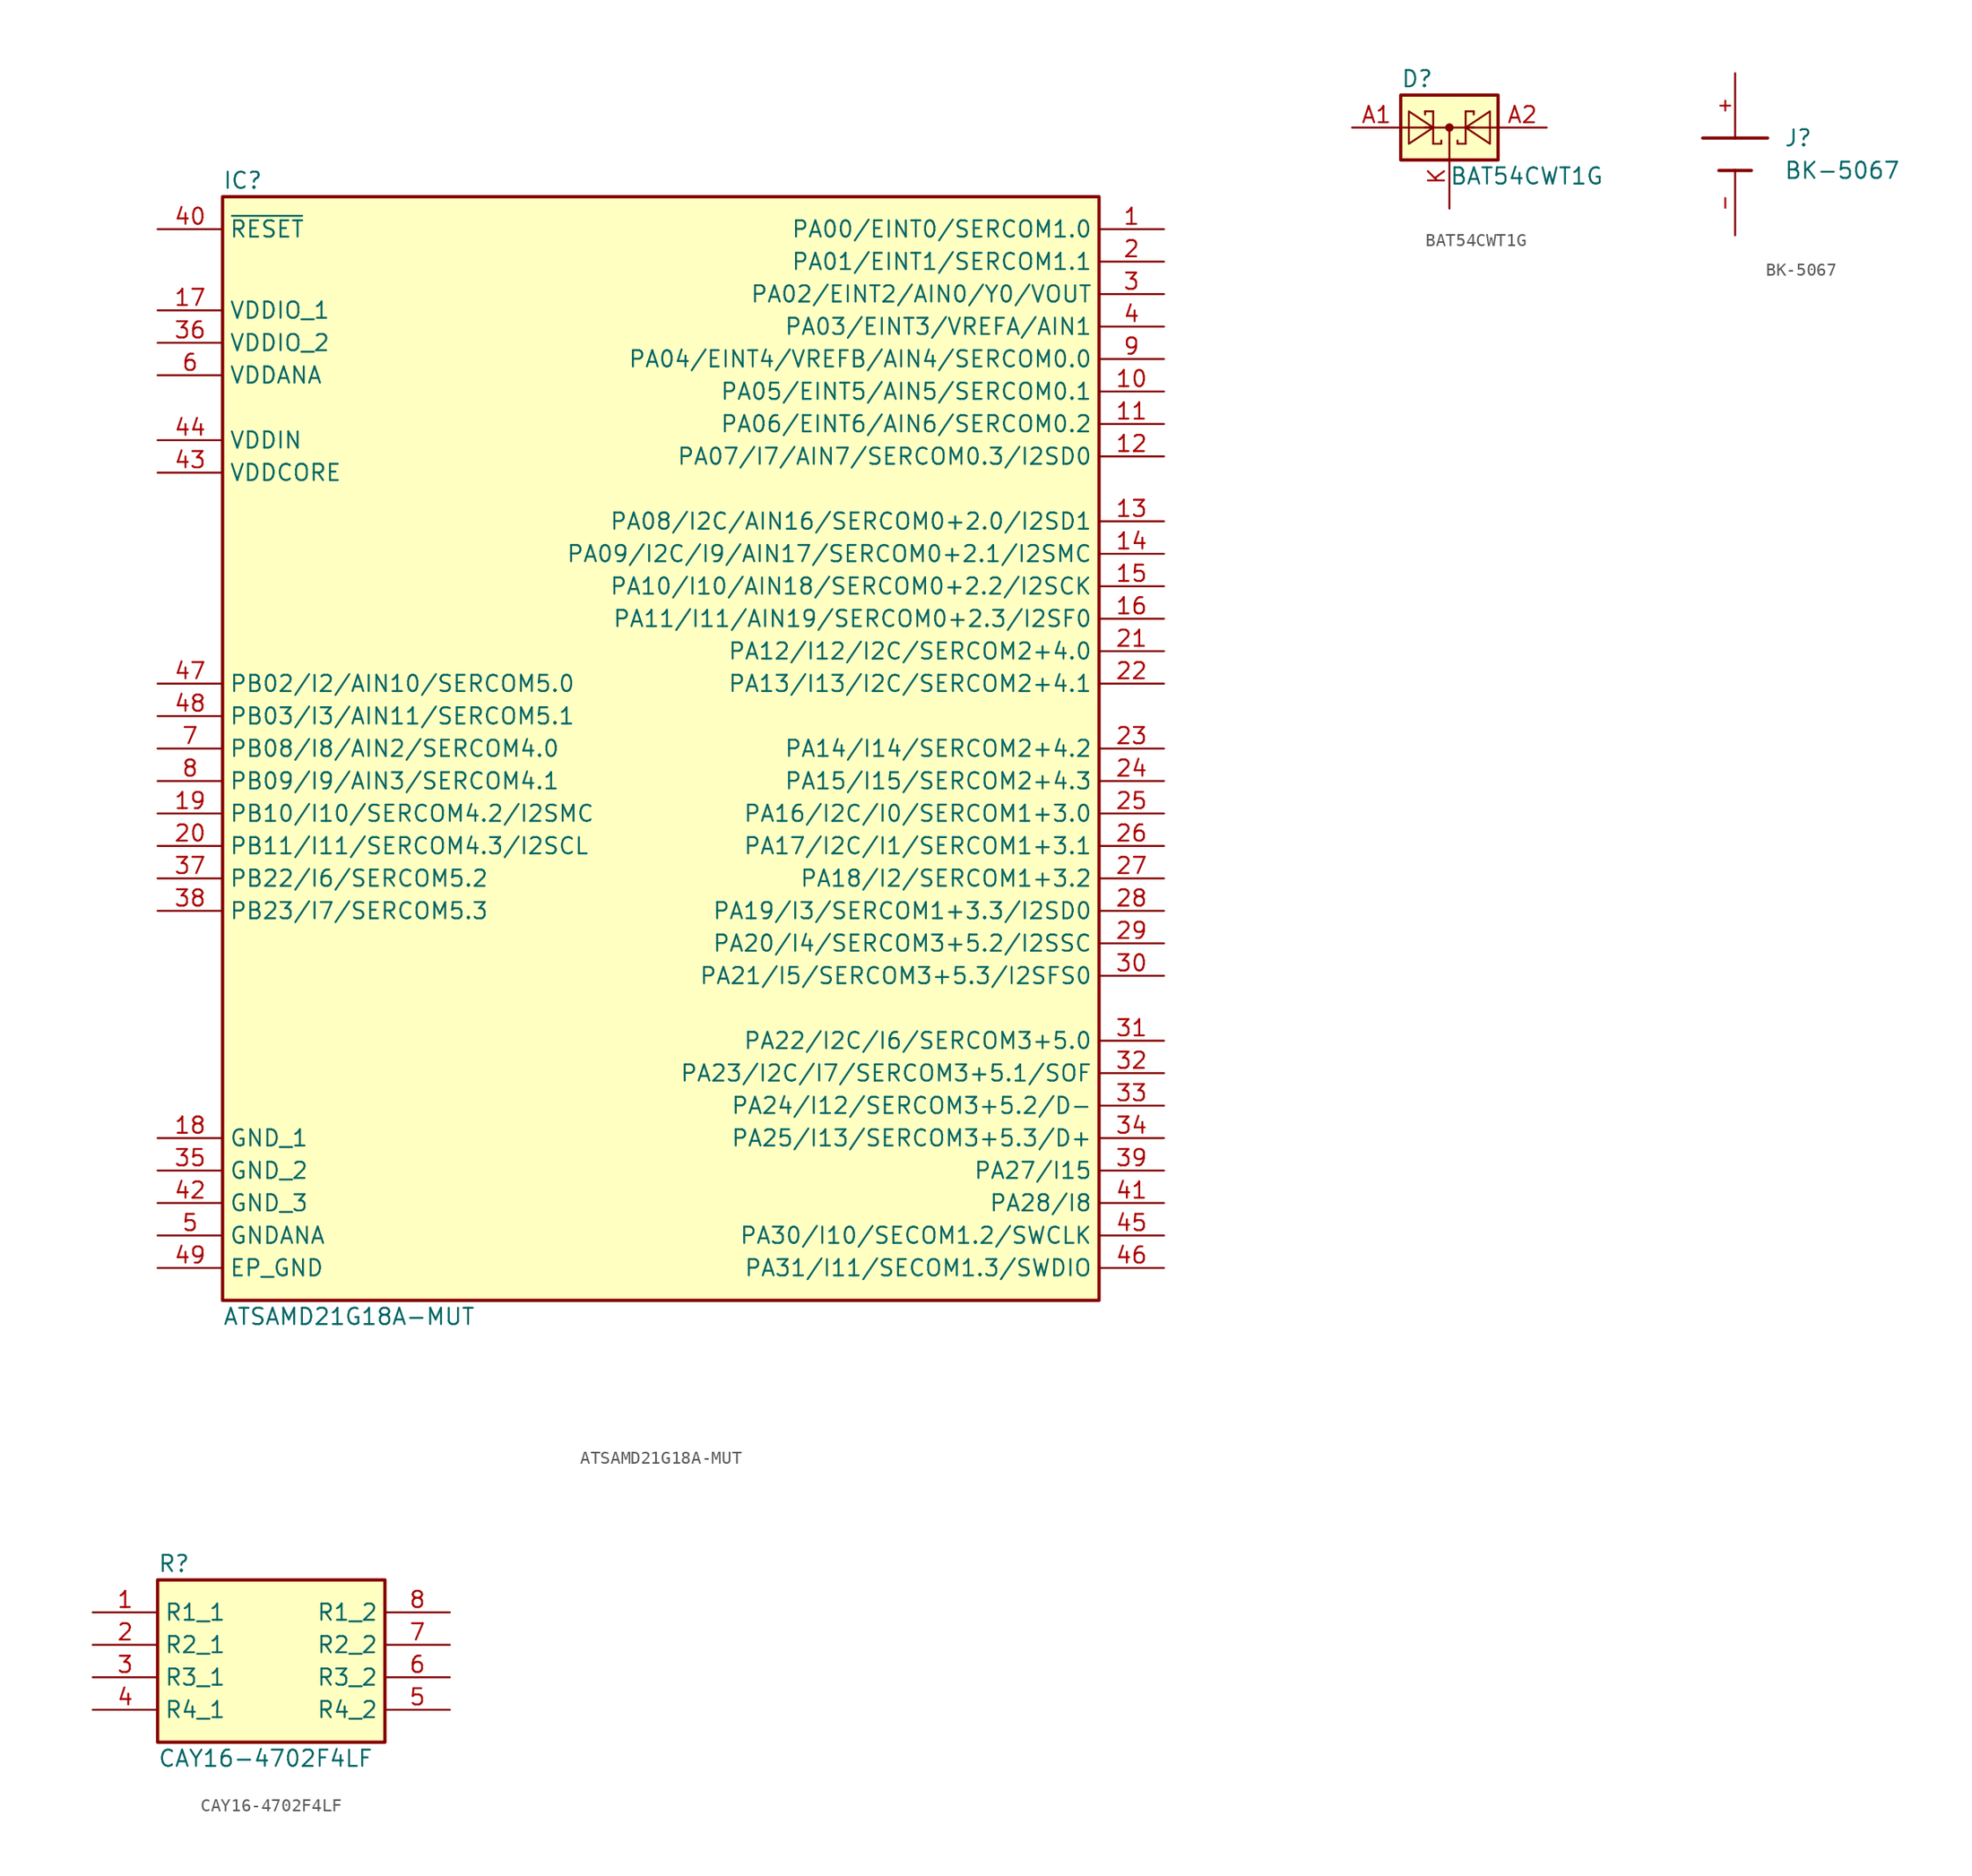
<source format=kicad_sym>
(kicad_symbol_lib
  (version 20231120)
  (generator "kicad_symbol_editor")
  (generator_version "8.0")
  (symbol "ATSAMD21G18A-MUT"
    (property "Reference" "IC"
      (at 0 1.27 0)
      (do_not_autoplace)
      (effects (font (size 1.27 1.27)) (justify left)))
    (property "Value" "ATSAMD21G18A-MUT"
      (at 0 -87.63 0)
      (do_not_autoplace)
      (effects (font (size 1.27 1.27)) (justify left)))
    (symbol "ATSAMD21G18A-MUT_1_1"
      (rectangle (start 0 0) (end 68.58 -86.36) (stroke (width 0.254) (type default)) (fill (type background)))
      (pin unspecified line (at 73.66 -2.54 180) (length 5.08) (name "PA00/EINT0/SERCOM1.0" (effects (font (size 1.27 1.27)))) (number "1" (effects (font (size 1.27 1.27)))))
      (pin unspecified line (at 73.66 -15.24 180) (length 5.08) (name "PA05/EINT5/AIN5/SERCOM0.1" (effects (font (size 1.27 1.27)))) (number "10" (effects (font (size 1.27 1.27)))))
      (pin unspecified line (at 73.66 -17.78 180) (length 5.08) (name "PA06/EINT6/AIN6/SERCOM0.2" (effects (font (size 1.27 1.27)))) (number "11" (effects (font (size 1.27 1.27)))))
      (pin unspecified line (at 73.66 -20.32 180) (length 5.08) (name "PA07/I7/AIN7/SERCOM0.3/I2SD0" (effects (font (size 1.27 1.27)))) (number "12" (effects (font (size 1.27 1.27)))))
      (pin unspecified line (at 73.66 -25.4 180) (length 5.08) (name "PA08/I2C/AIN16/SERCOM0+2.0/I2SD1" (effects (font (size 1.27 1.27)))) (number "13" (effects (font (size 1.27 1.27)))))
      (pin unspecified line (at 73.66 -27.94 180) (length 5.08) (name "PA09/I2C/I9/AIN17/SERCOM0+2.1/I2SMC" (effects (font (size 1.27 1.27)))) (number "14" (effects (font (size 1.27 1.27)))))
      (pin unspecified line (at 73.66 -30.48 180) (length 5.08) (name "PA10/I10/AIN18/SERCOM0+2.2/I2SCK" (effects (font (size 1.27 1.27)))) (number "15" (effects (font (size 1.27 1.27)))))
      (pin unspecified line (at 73.66 -33.02 180) (length 5.08) (name "PA11/I11/AIN19/SERCOM0+2.3/I2SF0" (effects (font (size 1.27 1.27)))) (number "16" (effects (font (size 1.27 1.27)))))
      (pin unspecified line (at -5.08 -8.89 0) (length 5.08) (name "VDDIO_1" (effects (font (size 1.27 1.27)))) (number "17" (effects (font (size 1.27 1.27)))))
      (pin unspecified line (at -5.08 -73.66 0) (length 5.08) (name "GND_1" (effects (font (size 1.27 1.27)))) (number "18" (effects (font (size 1.27 1.27)))))
      (pin unspecified line (at -5.08 -48.26 0) (length 5.08) (name "PB10/I10/SERCOM4.2/I2SMC" (effects (font (size 1.27 1.27)))) (number "19" (effects (font (size 1.27 1.27)))))
      (pin unspecified line (at 73.66 -5.08 180) (length 5.08) (name "PA01/EINT1/SERCOM1.1" (effects (font (size 1.27 1.27)))) (number "2" (effects (font (size 1.27 1.27)))))
      (pin unspecified line (at -5.08 -50.8 0) (length 5.08) (name "PB11/I11/SERCOM4.3/I2SCL" (effects (font (size 1.27 1.27)))) (number "20" (effects (font (size 1.27 1.27)))))
      (pin unspecified line (at 73.66 -35.56 180) (length 5.08) (name "PA12/I12/I2C/SERCOM2+4.0" (effects (font (size 1.27 1.27)))) (number "21" (effects (font (size 1.27 1.27)))))
      (pin unspecified line (at 73.66 -38.1 180) (length 5.08) (name "PA13/I13/I2C/SERCOM2+4.1" (effects (font (size 1.27 1.27)))) (number "22" (effects (font (size 1.27 1.27)))))
      (pin unspecified line (at 73.66 -43.18 180) (length 5.08) (name "PA14/I14/SERCOM2+4.2" (effects (font (size 1.27 1.27)))) (number "23" (effects (font (size 1.27 1.27)))))
      (pin unspecified line (at 73.66 -45.72 180) (length 5.08) (name "PA15/I15/SERCOM2+4.3" (effects (font (size 1.27 1.27)))) (number "24" (effects (font (size 1.27 1.27)))))
      (pin unspecified line (at 73.66 -48.26 180) (length 5.08) (name "PA16/I2C/I0/SERCOM1+3.0" (effects (font (size 1.27 1.27)))) (number "25" (effects (font (size 1.27 1.27)))))
      (pin unspecified line (at 73.66 -50.8 180) (length 5.08) (name "PA17/I2C/I1/SERCOM1+3.1" (effects (font (size 1.27 1.27)))) (number "26" (effects (font (size 1.27 1.27)))))
      (pin unspecified line (at 73.66 -53.34 180) (length 5.08) (name "PA18/I2/SERCOM1+3.2" (effects (font (size 1.27 1.27)))) (number "27" (effects (font (size 1.27 1.27)))))
      (pin unspecified line (at 73.66 -55.88 180) (length 5.08) (name "PA19/I3/SERCOM1+3.3/I2SD0" (effects (font (size 1.27 1.27)))) (number "28" (effects (font (size 1.27 1.27)))))
      (pin unspecified line (at 73.66 -58.42 180) (length 5.08) (name "PA20/I4/SERCOM3+5.2/I2SSC" (effects (font (size 1.27 1.27)))) (number "29" (effects (font (size 1.27 1.27)))))
      (pin unspecified line (at 73.66 -7.62 180) (length 5.08) (name "PA02/EINT2/AIN0/Y0/VOUT" (effects (font (size 1.27 1.27)))) (number "3" (effects (font (size 1.27 1.27)))))
      (pin unspecified line (at 73.66 -60.96 180) (length 5.08) (name "PA21/I5/SERCOM3+5.3/I2SFS0" (effects (font (size 1.27 1.27)))) (number "30" (effects (font (size 1.27 1.27)))))
      (pin unspecified line (at 73.66 -66.04 180) (length 5.08) (name "PA22/I2C/I6/SERCOM3+5.0" (effects (font (size 1.27 1.27)))) (number "31" (effects (font (size 1.27 1.27)))))
      (pin unspecified line (at 73.66 -68.58 180) (length 5.08) (name "PA23/I2C/I7/SERCOM3+5.1/SOF" (effects (font (size 1.27 1.27)))) (number "32" (effects (font (size 1.27 1.27)))))
      (pin unspecified line (at 73.66 -71.12 180) (length 5.08) (name "PA24/I12/SERCOM3+5.2/D-" (effects (font (size 1.27 1.27)))) (number "33" (effects (font (size 1.27 1.27)))))
      (pin unspecified line (at 73.66 -73.66 180) (length 5.08) (name "PA25/I13/SERCOM3+5.3/D+" (effects (font (size 1.27 1.27)))) (number "34" (effects (font (size 1.27 1.27)))))
      (pin unspecified line (at -5.08 -76.2 0) (length 5.08) (name "GND_2" (effects (font (size 1.27 1.27)))) (number "35" (effects (font (size 1.27 1.27)))))
      (pin unspecified line (at -5.08 -11.43 0) (length 5.08) (name "VDDIO_2" (effects (font (size 1.27 1.27)))) (number "36" (effects (font (size 1.27 1.27)))))
      (pin unspecified line (at -5.08 -53.34 0) (length 5.08) (name "PB22/I6/SERCOM5.2" (effects (font (size 1.27 1.27)))) (number "37" (effects (font (size 1.27 1.27)))))
      (pin unspecified line (at -5.08 -55.88 0) (length 5.08) (name "PB23/I7/SERCOM5.3" (effects (font (size 1.27 1.27)))) (number "38" (effects (font (size 1.27 1.27)))))
      (pin unspecified line (at 73.66 -76.2 180) (length 5.08) (name "PA27/I15" (effects (font (size 1.27 1.27)))) (number "39" (effects (font (size 1.27 1.27)))))
      (pin unspecified line (at 73.66 -10.16 180) (length 5.08) (name "PA03/EINT3/VREFA/AIN1" (effects (font (size 1.27 1.27)))) (number "4" (effects (font (size 1.27 1.27)))))
      (pin unspecified line (at -5.08 -2.54 0) (length 5.08) (name "~{RESET}" (effects (font (size 1.27 1.27)))) (number "40" (effects (font (size 1.27 1.27)))))
      (pin unspecified line (at 73.66 -78.74 180) (length 5.08) (name "PA28/I8" (effects (font (size 1.27 1.27)))) (number "41" (effects (font (size 1.27 1.27)))))
      (pin unspecified line (at -5.08 -78.74 0) (length 5.08) (name "GND_3" (effects (font (size 1.27 1.27)))) (number "42" (effects (font (size 1.27 1.27)))))
      (pin unspecified line (at -5.08 -21.59 0) (length 5.08) (name "VDDCORE" (effects (font (size 1.27 1.27)))) (number "43" (effects (font (size 1.27 1.27)))))
      (pin unspecified line (at -5.08 -19.05 0) (length 5.08) (name "VDDIN" (effects (font (size 1.27 1.27)))) (number "44" (effects (font (size 1.27 1.27)))))
      (pin unspecified line (at 73.66 -81.28 180) (length 5.08) (name "PA30/I10/SECOM1.2/SWCLK" (effects (font (size 1.27 1.27)))) (number "45" (effects (font (size 1.27 1.27)))))
      (pin unspecified line (at 73.66 -83.82 180) (length 5.08) (name "PA31/I11/SECOM1.3/SWDIO" (effects (font (size 1.27 1.27)))) (number "46" (effects (font (size 1.27 1.27)))))
      (pin unspecified line (at -5.08 -38.1 0) (length 5.08) (name "PB02/I2/AIN10/SERCOM5.0" (effects (font (size 1.27 1.27)))) (number "47" (effects (font (size 1.27 1.27)))))
      (pin unspecified line (at -5.08 -40.64 0) (length 5.08) (name "PB03/I3/AIN11/SERCOM5.1" (effects (font (size 1.27 1.27)))) (number "48" (effects (font (size 1.27 1.27)))))
      (pin unspecified line (at -5.08 -83.82 0) (length 5.08) (name "EP_GND" (effects (font (size 1.27 1.27)))) (number "49" (effects (font (size 1.27 1.27)))))
      (pin unspecified line (at -5.08 -81.28 0) (length 5.08) (name "GNDANA" (effects (font (size 1.27 1.27)))) (number "5" (effects (font (size 1.27 1.27)))))
      (pin unspecified line (at -5.08 -13.97 0) (length 5.08) (name "VDDANA" (effects (font (size 1.27 1.27)))) (number "6" (effects (font (size 1.27 1.27)))))
      (pin unspecified line (at -5.08 -43.18 0) (length 5.08) (name "PB08/I8/AIN2/SERCOM4.0" (effects (font (size 1.27 1.27)))) (number "7" (effects (font (size 1.27 1.27)))))
      (pin unspecified line (at -5.08 -45.72 0) (length 5.08) (name "PB09/I9/AIN3/SERCOM4.1" (effects (font (size 1.27 1.27)))) (number "8" (effects (font (size 1.27 1.27)))))
      (pin unspecified line (at 73.66 -12.7 180) (length 5.08) (name "PA04/EINT4/VREFB/AIN4/SERCOM0.0" (effects (font (size 1.27 1.27)))) (number "9" (effects (font (size 1.27 1.27)))))))
  (symbol "BAT54CWT1G"
    (property "Reference" "D"
      (at 0 1.27 0)
      (do_not_autoplace)
      (effects (font (size 1.27 1.27)) (justify left)))
    (property "Value" "BAT54CWT1G"
      (at 3.81 -6.35 0)
      (do_not_autoplace)
      (effects (font (size 1.27 1.27)) (justify left)))
    (symbol "BAT54CWT1G_0_1"
      (polyline (pts (xy 1.905 -2.54) (xy 5.715 -2.54)) (stroke (width 0) (type default)) (fill (type none)))
      (polyline (pts (xy 1.905 -1.27) (xy 1.905 -1.524)) (stroke (width 0) (type default)) (fill (type none)))
      (polyline (pts (xy 2.54 -3.81) (xy 3.175 -3.81)) (stroke (width 0) (type default)) (fill (type none)))
      (polyline (pts (xy 2.54 -2.54) (xy 0 -2.54)) (stroke (width 0) (type default)) (fill (type none)))
      (polyline (pts (xy 2.54 -1.27) (xy 1.905 -1.27)) (stroke (width 0) (type default)) (fill (type none)))
      (polyline (pts (xy 2.54 -1.27) (xy 2.54 -3.81)) (stroke (width 0) (type default)) (fill (type none)))
      (polyline (pts (xy 3.175 -3.81) (xy 3.175 -3.556)) (stroke (width 0) (type default)) (fill (type none)))
      (polyline (pts (xy 3.81 -2.54) (xy 3.81 -3.81)) (stroke (width 0) (type default)) (fill (type none)))
      (polyline (pts (xy 4.445 -3.81) (xy 4.445 -3.556)) (stroke (width 0) (type default)) (fill (type none)))
      (polyline (pts (xy 5.08 -3.81) (xy 4.445 -3.81)) (stroke (width 0) (type default)) (fill (type none)))
      (polyline (pts (xy 5.08 -1.27) (xy 5.08 -3.81)) (stroke (width 0) (type default)) (fill (type none)))
      (polyline (pts (xy 5.08 -1.27) (xy 5.715 -1.27)) (stroke (width 0) (type default)) (fill (type none)))
      (polyline (pts (xy 5.715 -1.27) (xy 5.715 -1.524)) (stroke (width 0) (type default)) (fill (type none)))
      (polyline (pts (xy 7.62 -2.54) (xy 5.08 -2.54)) (stroke (width 0) (type default)) (fill (type none)))
      (polyline (pts (xy 0.635 -3.81) (xy 0.635 -1.27) (xy 2.54 -2.54) (xy 0.635 -3.81)) (stroke (width 0) (type default)) (fill (type none)))
      (polyline (pts (xy 6.985 -3.81) (xy 6.985 -1.27) (xy 5.08 -2.54) (xy 6.985 -3.81)) (stroke (width 0) (type default)) (fill (type none)))
      (rectangle (start 0 0) (end 7.62 -5.08) (stroke (width 0.254) (type default)) (fill (type background)))
      (circle (center 3.81 -2.54) (radius 0.254) (stroke (width 0) (type default)) (fill (type outline))))
    (symbol "BAT54CWT1G_1_1"
      (pin unspecified line (at -3.81 -2.54 0) (length 3.81) (name "~" (effects (font (size 1.27 1.27)))) (number "A1" (effects (font (size 1.27 1.27)))))
      (pin unspecified line (at 11.43 -2.54 180) (length 3.81) (name "~" (effects (font (size 1.27 1.27)))) (number "A2" (effects (font (size 1.27 1.27)))))
      (pin unspecified line (at 3.81 -8.89 90) (length 5.08) (name "~" (effects (font (size 1.27 1.27)))) (number "K" (effects (font (size 1.27 1.27)))))))
  (symbol "BK-5067"
    (pin_names
      (offset 1.016))
    (property "Reference" "J"
      (at 3.81 1.27 0)
      (do_not_autoplace)
      (effects (font (size 1.27 1.27)) (justify left)))
    (property "Value" "BK-5067"
      (at 3.81 -1.27 0)
      (do_not_autoplace)
      (effects (font (size 1.27 1.27)) (justify left)))
    (symbol "BK-5067_0_0"
      (polyline (pts (xy 0 -1.27) (xy -1.27 -1.27)) (stroke (width 0.254) (type default)) (fill (type none)))
      (polyline (pts (xy 0 1.27) (xy -2.54 1.27)) (stroke (width 0.254) (type default)) (fill (type none)))
      (polyline (pts (xy 1.27 -1.27) (xy 0 -1.27)) (stroke (width 0.254) (type default)) (fill (type none)))
      (polyline (pts (xy 2.54 1.27) (xy 0 1.27)) (stroke (width 0.254) (type default)) (fill (type none))))
    (symbol "BK-5067_1_0"
      (pin passive line (at 0 6.35 270) (length 5.08) (name "~" (effects (font (size 1.016 1.016)))) (number "+" (effects (font (size 1.016 1.016)))))
      (pin passive line (at 0 -6.35 90) (length 5.08) (name "~" (effects (font (size 1.016 1.016)))) (number "-" (effects (font (size 1.016 1.016)))))))
  (symbol "CAY16-4702F4LF"
    (property "Reference" "R"
      (at 0 1.27 0)
      (do_not_autoplace)
      (effects (font (size 1.27 1.27)) (justify left)))
    (property "Value" "CAY16-4702F4LF"
      (at 0 -13.97 0)
      (do_not_autoplace)
      (effects (font (size 1.27 1.27)) (justify left)))
    (symbol "CAY16-4702F4LF_1_1"
      (rectangle (start 0 0) (end 17.78 -12.7) (stroke (width 0.254) (type default)) (fill (type background)))
      (pin unspecified line (at -5.08 -2.54 0) (length 5.08) (name "R1_1" (effects (font (size 1.27 1.27)))) (number "1" (effects (font (size 1.27 1.27)))))
      (pin unspecified line (at -5.08 -5.08 0) (length 5.08) (name "R2_1" (effects (font (size 1.27 1.27)))) (number "2" (effects (font (size 1.27 1.27)))))
      (pin unspecified line (at -5.08 -7.62 0) (length 5.08) (name "R3_1" (effects (font (size 1.27 1.27)))) (number "3" (effects (font (size 1.27 1.27)))))
      (pin unspecified line (at -5.08 -10.16 0) (length 5.08) (name "R4_1" (effects (font (size 1.27 1.27)))) (number "4" (effects (font (size 1.27 1.27)))))
      (pin unspecified line (at 22.86 -10.16 180) (length 5.08) (name "R4_2" (effects (font (size 1.27 1.27)))) (number "5" (effects (font (size 1.27 1.27)))))
      (pin unspecified line (at 22.86 -7.62 180) (length 5.08) (name "R3_2" (effects (font (size 1.27 1.27)))) (number "6" (effects (font (size 1.27 1.27)))))
      (pin unspecified line (at 22.86 -5.08 180) (length 5.08) (name "R2_2" (effects (font (size 1.27 1.27)))) (number "7" (effects (font (size 1.27 1.27)))))
      (pin unspecified line (at 22.86 -2.54 180) (length 5.08) (name "R1_2" (effects (font (size 1.27 1.27)))) (number "8" (effects (font (size 1.27 1.27))))))))
</source>
